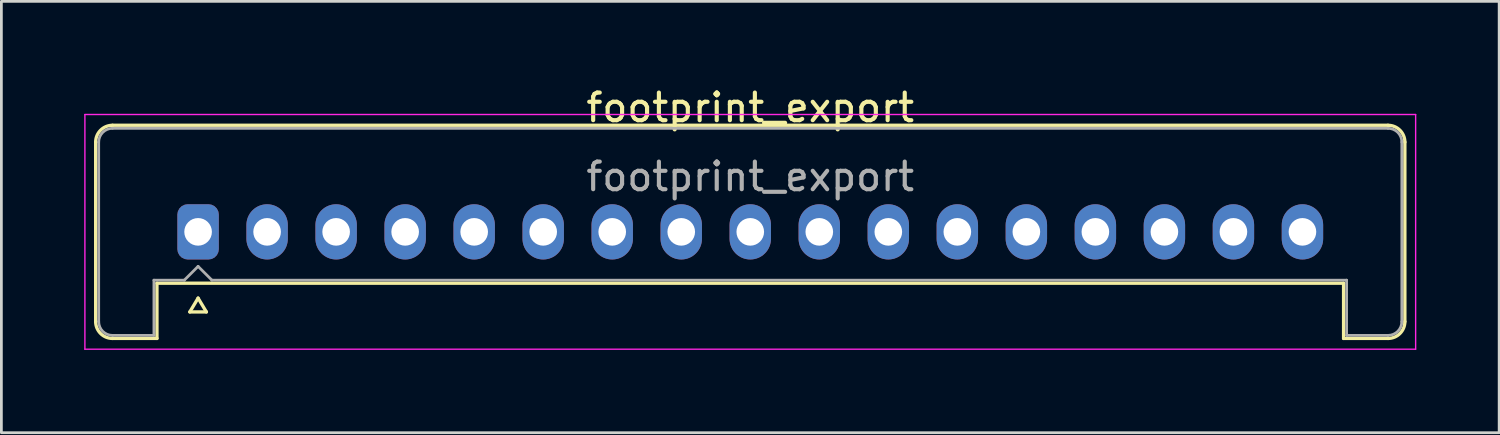
<source format=kicad_pcb>
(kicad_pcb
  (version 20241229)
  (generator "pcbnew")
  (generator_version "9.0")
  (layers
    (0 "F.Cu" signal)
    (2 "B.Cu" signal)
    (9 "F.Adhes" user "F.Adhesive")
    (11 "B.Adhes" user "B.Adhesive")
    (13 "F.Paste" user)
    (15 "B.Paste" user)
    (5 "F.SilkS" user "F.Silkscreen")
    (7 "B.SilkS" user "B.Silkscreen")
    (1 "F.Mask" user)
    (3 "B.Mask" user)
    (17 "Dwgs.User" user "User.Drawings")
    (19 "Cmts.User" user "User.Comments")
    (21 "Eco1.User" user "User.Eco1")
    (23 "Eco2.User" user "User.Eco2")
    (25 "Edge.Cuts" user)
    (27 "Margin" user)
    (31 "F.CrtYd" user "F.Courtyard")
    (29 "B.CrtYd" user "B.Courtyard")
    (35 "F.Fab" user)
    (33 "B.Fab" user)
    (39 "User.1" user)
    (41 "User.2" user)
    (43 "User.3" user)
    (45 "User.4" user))
  (footprint "footprint_export"
    (layer "F.Cu")
    (at 4.125 5.348)
    (property "Reference" "footprint_export" (at 20 -4.5 0) (layer "F.SilkS") (effects (font (size 1 1) (thickness 0.15))))
    (attr through_hole)
    (fp_line (start -3.71 -3.25) (end -3.71 3.25) (stroke (width 0.12) (type solid)) (layer "F.SilkS"))
    (fp_line (start -3.1 -3.86) (end 43.1 -3.86) (stroke (width 0.12) (type solid)) (layer "F.SilkS"))
    (fp_line (start -3.1 3.86) (end -1.49 3.86) (stroke (width 0.12) (type solid)) (layer "F.SilkS"))
    (fp_line (start -1.49 1.86) (end 41.49 1.86) (stroke (width 0.12) (type solid)) (layer "F.SilkS"))
    (fp_line (start -1.49 3.86) (end -1.49 1.86) (stroke (width 0.12) (type solid)) (layer "F.SilkS"))
    (fp_line (start -0.3 2.9) (end 0.3 2.9) (stroke (width 0.12) (type solid)) (layer "F.SilkS"))
    (fp_line (start 0 2.4) (end -0.3 2.9) (stroke (width 0.12) (type solid)) (layer "F.SilkS"))
    (fp_line (start 0.3 2.9) (end 0 2.4) (stroke (width 0.12) (type solid)) (layer "F.SilkS"))
    (fp_line (start 41.49 3.86) (end 41.49 1.86) (stroke (width 0.12) (type solid)) (layer "F.SilkS"))
    (fp_line (start 43.1 3.86) (end 41.49 3.86) (stroke (width 0.12) (type solid)) (layer "F.SilkS"))
    (fp_line (start 43.71 -3.25) (end 43.71 3.25) (stroke (width 0.12) (type solid)) (layer "F.SilkS"))
    (fp_arc (start -3.71 -3.25) (mid -3.531335 -3.681335) (end -3.1 -3.86) (stroke (width 0.12) (type solid)) (layer "F.SilkS"))
    (fp_arc (start -3.1 3.86) (mid -3.531335 3.681335) (end -3.71 3.25) (stroke (width 0.12) (type solid)) (layer "F.SilkS"))
    (fp_arc (start 43.1 -3.86) (mid 43.531335 -3.681335) (end 43.71 -3.25) (stroke (width 0.12) (type solid)) (layer "F.SilkS"))
    (fp_arc (start 43.71 3.25) (mid 43.531335 3.681335) (end 43.1 3.86) (stroke (width 0.12) (type solid)) (layer "F.SilkS"))
    (fp_line (start -4.1 -4.25) (end -4.1 4.25) (stroke (width 0.05) (type solid)) (layer "F.CrtYd"))
    (fp_line (start -4.1 4.25) (end 44.1 4.25) (stroke (width 0.05) (type solid)) (layer "F.CrtYd"))
    (fp_line (start 44.1 -4.25) (end -4.1 -4.25) (stroke (width 0.05) (type solid)) (layer "F.CrtYd"))
    (fp_line (start 44.1 4.25) (end 44.1 -4.25) (stroke (width 0.05) (type solid)) (layer "F.CrtYd"))
    (fp_line (start -3.6 -3.25) (end -3.6 3.25) (stroke (width 0.1) (type solid)) (layer "F.Fab"))
    (fp_line (start -3.1 -3.75) (end 43.1 -3.75) (stroke (width 0.1) (type solid)) (layer "F.Fab"))
    (fp_line (start -3.1 3.75) (end -1.6 3.75) (stroke (width 0.1) (type solid)) (layer "F.Fab"))
    (fp_line (start -1.6 1.75) (end -0.5 1.75) (stroke (width 0.1) (type solid)) (layer "F.Fab"))
    (fp_line (start -1.6 3.75) (end -1.6 1.75) (stroke (width 0.1) (type solid)) (layer "F.Fab"))
    (fp_line (start -0.5 1.75) (end 0 1.25) (stroke (width 0.1) (type solid)) (layer "F.Fab"))
    (fp_line (start 0 1.25) (end 0.5 1.75) (stroke (width 0.1) (type solid)) (layer "F.Fab"))
    (fp_line (start 0.5 1.75) (end 41.6 1.75) (stroke (width 0.1) (type solid)) (layer "F.Fab"))
    (fp_line (start 41.6 3.75) (end 41.6 1.75) (stroke (width 0.1) (type solid)) (layer "F.Fab"))
    (fp_line (start 43.1 3.75) (end 41.6 3.75) (stroke (width 0.1) (type solid)) (layer "F.Fab"))
    (fp_line (start 43.6 -3.25) (end 43.6 3.25) (stroke (width 0.1) (type solid)) (layer "F.Fab"))
    (fp_arc (start -3.6 -3.25) (mid -3.453553 -3.603553) (end -3.1 -3.75) (stroke (width 0.1) (type solid)) (layer "F.Fab"))
    (fp_arc (start -3.1 3.75) (mid -3.453553 3.603553) (end -3.6 3.25) (stroke (width 0.1) (type solid)) (layer "F.Fab"))
    (fp_arc (start 43.1 -3.75) (mid 43.453553 -3.603553) (end 43.6 -3.25) (stroke (width 0.1) (type solid)) (layer "F.Fab"))
    (fp_arc (start 43.6 3.25) (mid 43.453553 3.603553) (end 43.1 3.75) (stroke (width 0.1) (type solid)) (layer "F.Fab"))
    (fp_text user "${REFERENCE}" (at 20 -2 0) (layer "F.Fab") (effects (font (size 1 1) (thickness 0.15))))
    (pad "1" thru_hole roundrect (at 0 0) (size 1.5 2) (drill 1) (layers "*.Cu" "*.Mask") (roundrect_rratio 0.25))
    (pad "2" thru_hole oval (at 2.5 0) (size 1.5 2) (drill 1) (layers "*.Cu" "*.Mask"))
    (pad "3" thru_hole oval (at 5 0) (size 1.5 2) (drill 1) (layers "*.Cu" "*.Mask"))
    (pad "4" thru_hole oval (at 7.5 0) (size 1.5 2) (drill 1) (layers "*.Cu" "*.Mask"))
    (pad "5" thru_hole oval (at 10 0) (size 1.5 2) (drill 1) (layers "*.Cu" "*.Mask"))
    (pad "6" thru_hole oval (at 12.5 0) (size 1.5 2) (drill 1) (layers "*.Cu" "*.Mask"))
    (pad "7" thru_hole oval (at 15 0) (size 1.5 2) (drill 1) (layers "*.Cu" "*.Mask"))
    (pad "8" thru_hole oval (at 17.5 0) (size 1.5 2) (drill 1) (layers "*.Cu" "*.Mask"))
    (pad "9" thru_hole oval (at 20 0) (size 1.5 2) (drill 1) (layers "*.Cu" "*.Mask"))
    (pad "10" thru_hole oval (at 22.5 0) (size 1.5 2) (drill 1) (layers "*.Cu" "*.Mask"))
    (pad "11" thru_hole oval (at 25 0) (size 1.5 2) (drill 1) (layers "*.Cu" "*.Mask"))
    (pad "12" thru_hole oval (at 27.5 0) (size 1.5 2) (drill 1) (layers "*.Cu" "*.Mask"))
    (pad "13" thru_hole oval (at 30 0) (size 1.5 2) (drill 1) (layers "*.Cu" "*.Mask"))
    (pad "14" thru_hole oval (at 32.5 0) (size 1.5 2) (drill 1) (layers "*.Cu" "*.Mask"))
    (pad "15" thru_hole oval (at 35 0) (size 1.5 2) (drill 1) (layers "*.Cu" "*.Mask"))
    (pad "16" thru_hole oval (at 37.5 0) (size 1.5 2) (drill 1) (layers "*.Cu" "*.Mask"))
    (pad "17" thru_hole oval (at 40 0) (size 1.5 2) (drill 1) (layers "*.Cu" "*.Mask")))
  (gr_rect
    (start -3 -3)
    (end 51.25 12.623)
    (stroke (width 0.1) (type default))
    (fill no)
    (layer "Edge.Cuts")))
</source>
